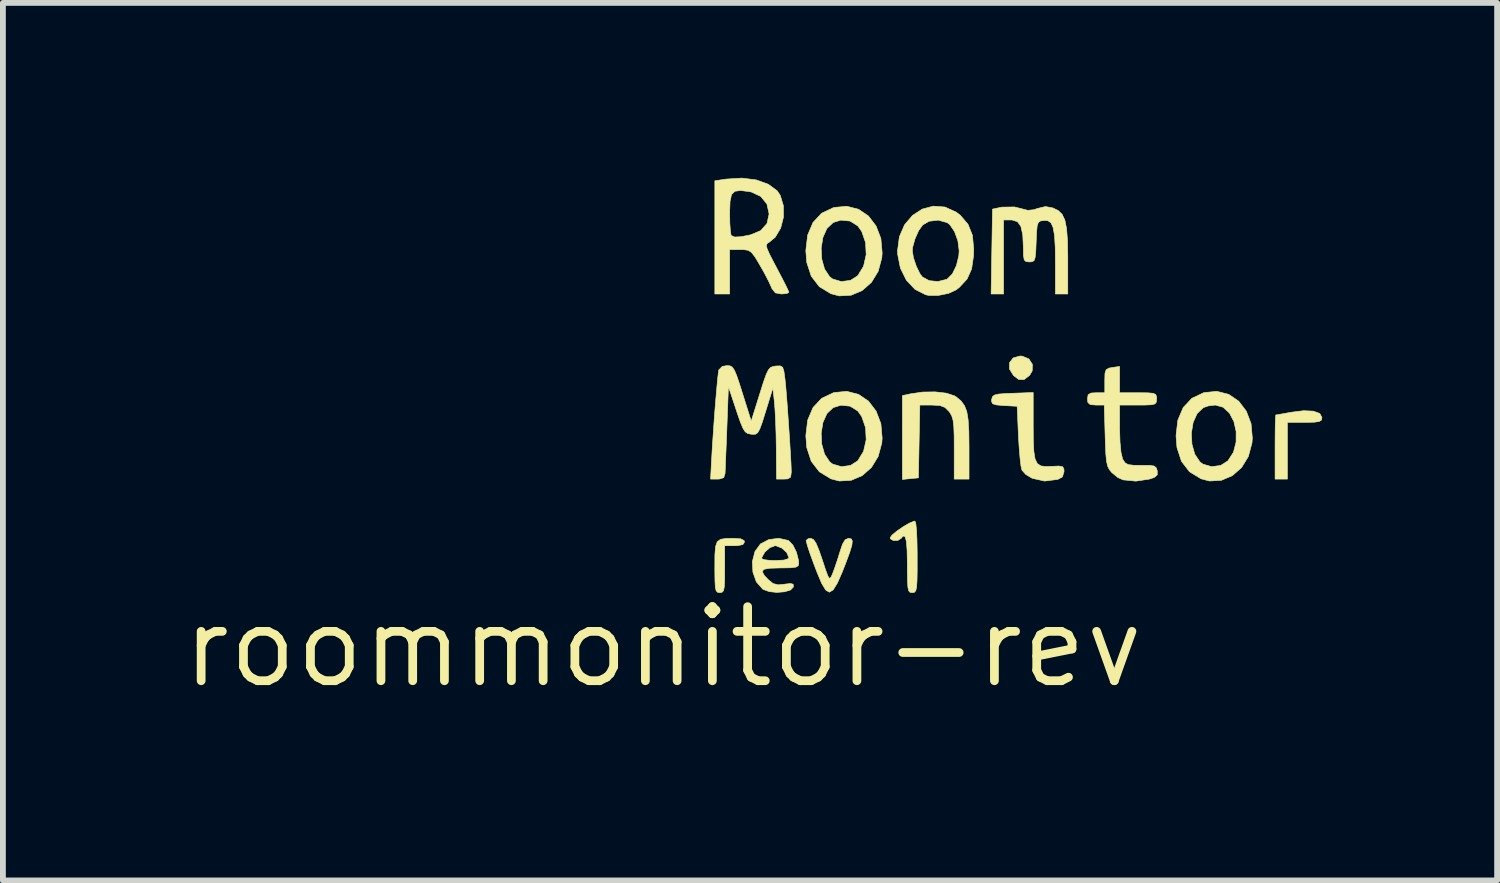
<source format=kicad_pcb>
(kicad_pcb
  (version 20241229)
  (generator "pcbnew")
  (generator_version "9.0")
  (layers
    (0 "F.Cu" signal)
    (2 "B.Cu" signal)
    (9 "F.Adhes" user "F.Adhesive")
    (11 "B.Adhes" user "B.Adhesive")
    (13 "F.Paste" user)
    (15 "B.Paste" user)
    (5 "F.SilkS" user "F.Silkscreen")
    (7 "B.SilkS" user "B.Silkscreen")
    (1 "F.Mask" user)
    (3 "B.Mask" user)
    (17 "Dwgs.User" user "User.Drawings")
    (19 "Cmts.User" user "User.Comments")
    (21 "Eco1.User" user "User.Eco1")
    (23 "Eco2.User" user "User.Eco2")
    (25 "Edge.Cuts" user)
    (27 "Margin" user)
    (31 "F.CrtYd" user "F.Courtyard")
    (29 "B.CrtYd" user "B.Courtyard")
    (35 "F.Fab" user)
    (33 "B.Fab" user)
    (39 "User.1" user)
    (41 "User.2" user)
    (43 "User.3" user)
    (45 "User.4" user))
  (footprint "roommonitor-rev"
    (layer "F.Cu")
    (at 8.323 8.047)
    (property "Reference" "roommonitor-rev" (at 0 0 0) (layer "F.SilkS") (effects (font (size 1.27 1.27) (thickness 0.15))))
    (attr through_hole)
    (fp_poly (pts (xy 6.161 -4.988) (xy 6.275 -4.941) (xy 6.336 -4.848) (xy 6.333 -4.735) (xy 6.288 -4.658) (xy 6.191 -4.584) (xy 6.098 -4.59) (xy 6.011 -4.657) (xy 5.942 -4.769) (xy 5.944 -4.877) (xy 6.007 -4.957) (xy 6.122 -4.99) (xy 6.161 -4.988)) (stroke (width 0.01) (type solid)) (fill yes) (layer "F.SilkS"))
    (fp_poly (pts (xy 11.157 -4.044) (xy 11.265 -4.005) (xy 11.303 -3.935) (xy 11.295 -3.892) (xy 11.257 -3.867) (xy 11.173 -3.855) (xy 11.023 -3.852) (xy 11.007 -3.852) (xy 10.71 -3.852) (xy 10.71 -2.879) (xy 10.499 -2.879) (xy 10.499 -3.429) (xy 10.5 -3.634) (xy 10.502 -3.804) (xy 10.506 -3.924) (xy 10.511 -3.978) (xy 10.512 -3.979) (xy 10.557 -3.986) (xy 10.662 -4.005) (xy 10.773 -4.025) (xy 10.99 -4.052) (xy 11.157 -4.044)) (stroke (width 0.01) (type solid)) (fill yes) (layer "F.SilkS"))
    (fp_poly (pts (xy 1.334 -1.854) (xy 1.39 -1.825) (xy 1.397 -1.799) (xy 1.369 -1.755) (xy 1.276 -1.737) (xy 1.228 -1.736) (xy 1.058 -1.736) (xy 1.058 -1.333) (xy 1.057 -1.147) (xy 1.051 -1.029) (xy 1.037 -0.964) (xy 1.011 -0.937) (xy 0.974 -0.931) (xy 0.936 -0.937) (xy 0.911 -0.964) (xy 0.897 -1.027) (xy 0.891 -1.142) (xy 0.889 -1.323) (xy 0.889 -1.371) (xy 0.89 -1.581) (xy 0.901 -1.721) (xy 0.93 -1.804) (xy 0.987 -1.846) (xy 1.081 -1.861) (xy 1.21 -1.863) (xy 1.334 -1.854)) (stroke (width 0.01) (type solid)) (fill yes) (layer "F.SilkS"))
    (fp_poly (pts (xy 4.859 -4.353) (xy 5 -4.307) (xy 5.028 -4.29) (xy 5.112 -4.219) (xy 5.171 -4.139) (xy 5.211 -4.036) (xy 5.234 -3.894) (xy 5.246 -3.698) (xy 5.249 -3.44) (xy 5.249 -2.879) (xy 4.995 -2.879) (xy 4.995 -3.402) (xy 4.994 -3.627) (xy 4.988 -3.783) (xy 4.975 -3.89) (xy 4.953 -3.963) (xy 4.92 -4.021) (xy 4.908 -4.037) (xy 4.837 -4.108) (xy 4.75 -4.141) (xy 4.612 -4.149) (xy 4.405 -4.149) (xy 4.393 -3.524) (xy 4.381 -2.9) (xy 4.244 -2.887) (xy 4.106 -2.873) (xy 4.106 -4.311) (xy 4.243 -4.341) (xy 4.455 -4.372) (xy 4.669 -4.375) (xy 4.859 -4.353)) (stroke (width 0.01) (type solid)) (fill yes) (layer "F.SilkS"))
    (fp_poly (pts (xy 4.336 -2.119) (xy 4.348 -2.006) (xy 4.356 -1.835) (xy 4.36 -1.616) (xy 4.36 -1.545) (xy 4.36 -1.306) (xy 4.357 -1.138) (xy 4.35 -1.03) (xy 4.337 -0.968) (xy 4.316 -0.939) (xy 4.286 -0.932) (xy 4.276 -0.931) (xy 4.239 -0.936) (xy 4.215 -0.962) (xy 4.201 -1.021) (xy 4.194 -1.129) (xy 4.191 -1.299) (xy 4.191 -1.418) (xy 4.187 -1.656) (xy 4.174 -1.813) (xy 4.151 -1.894) (xy 4.118 -1.902) (xy 4.085 -1.863) (xy 4.029 -1.827) (xy 3.954 -1.824) (xy 3.902 -1.853) (xy 3.896 -1.873) (xy 3.93 -1.92) (xy 4.014 -1.989) (xy 4.121 -2.063) (xy 4.228 -2.125) (xy 4.308 -2.157) (xy 4.321 -2.159) (xy 4.336 -2.119)) (stroke (width 0.01) (type solid)) (fill yes) (layer "F.SilkS"))
    (fp_poly (pts (xy 6.35 -3.809) (xy 6.352 -3.544) (xy 6.361 -3.353) (xy 6.382 -3.224) (xy 6.421 -3.145) (xy 6.481 -3.105) (xy 6.569 -3.094) (xy 6.66 -3.097) (xy 6.788 -3.103) (xy 6.853 -3.092) (xy 6.876 -3.056) (xy 6.879 -3.008) (xy 6.851 -2.916) (xy 6.773 -2.874) (xy 6.546 -2.845) (xy 6.336 -2.892) (xy 6.325 -2.897) (xy 6.222 -2.959) (xy 6.158 -3.031) (xy 6.157 -3.033) (xy 6.14 -3.105) (xy 6.124 -3.241) (xy 6.109 -3.423) (xy 6.097 -3.619) (xy 6.075 -4.128) (xy 5.85 -4.14) (xy 5.72 -4.151) (xy 5.655 -4.171) (xy 5.636 -4.209) (xy 5.638 -4.246) (xy 5.651 -4.292) (xy 5.686 -4.321) (xy 5.761 -4.338) (xy 5.892 -4.347) (xy 6.001 -4.351) (xy 6.35 -4.364) (xy 6.35 -3.809)) (stroke (width 0.01) (type solid)) (fill yes) (layer "F.SilkS"))
    (fp_poly (pts (xy 3.228 -1.853) (xy 3.247 -1.818) (xy 3.24 -1.747) (xy 3.204 -1.627) (xy 3.138 -1.448) (xy 3.077 -1.291) (xy 2.991 -1.095) (xy 2.918 -0.978) (xy 2.853 -0.939) (xy 2.791 -0.975) (xy 2.725 -1.084) (xy 2.705 -1.129) (xy 2.642 -1.28) (xy 2.578 -1.447) (xy 2.52 -1.607) (xy 2.477 -1.738) (xy 2.456 -1.818) (xy 2.455 -1.827) (xy 2.491 -1.857) (xy 2.534 -1.863) (xy 2.579 -1.844) (xy 2.624 -1.781) (xy 2.675 -1.659) (xy 2.732 -1.494) (xy 2.789 -1.321) (xy 2.827 -1.219) (xy 2.853 -1.177) (xy 2.875 -1.186) (xy 2.899 -1.234) (xy 2.906 -1.25) (xy 2.948 -1.362) (xy 2.999 -1.515) (xy 3.031 -1.619) (xy 3.079 -1.762) (xy 3.124 -1.838) (xy 3.177 -1.862) (xy 3.185 -1.863) (xy 3.228 -1.853)) (stroke (width 0.01) (type solid)) (fill yes) (layer "F.SilkS"))
    (fp_poly (pts (xy 3.354 -7.507) (xy 3.525 -7.391) (xy 3.655 -7.22) (xy 3.737 -7.006) (xy 3.759 -6.757) (xy 3.753 -6.675) (xy 3.691 -6.443) (xy 3.575 -6.253) (xy 3.416 -6.113) (xy 3.227 -6.033) (xy 3.023 -6.021) (xy 2.879 -6.059) (xy 2.681 -6.18) (xy 2.543 -6.359) (xy 2.466 -6.595) (xy 2.45 -6.795) (xy 2.455 -6.842) (xy 2.713 -6.842) (xy 2.723 -6.653) (xy 2.771 -6.482) (xy 2.859 -6.35) (xy 2.91 -6.311) (xy 3.06 -6.267) (xy 3.216 -6.288) (xy 3.34 -6.367) (xy 3.44 -6.53) (xy 3.485 -6.729) (xy 3.474 -6.938) (xy 3.409 -7.126) (xy 3.341 -7.222) (xy 3.209 -7.305) (xy 3.051 -7.321) (xy 2.919 -7.28) (xy 2.812 -7.179) (xy 2.743 -7.025) (xy 2.713 -6.842) (xy 2.455 -6.842) (xy 2.481 -7.064) (xy 2.573 -7.281) (xy 2.722 -7.44) (xy 2.925 -7.536) (xy 2.93 -7.538) (xy 3.152 -7.559) (xy 3.354 -7.507)) (stroke (width 0.01) (type solid)) (fill yes) (layer "F.SilkS"))
    (fp_poly (pts (xy 3.354 -4.332) (xy 3.525 -4.216) (xy 3.655 -4.045) (xy 3.737 -3.831) (xy 3.759 -3.582) (xy 3.753 -3.5) (xy 3.691 -3.268) (xy 3.575 -3.078) (xy 3.416 -2.938) (xy 3.227 -2.858) (xy 3.023 -2.846) (xy 2.879 -2.884) (xy 2.681 -3.005) (xy 2.543 -3.184) (xy 2.466 -3.42) (xy 2.45 -3.62) (xy 2.455 -3.667) (xy 2.713 -3.667) (xy 2.723 -3.478) (xy 2.771 -3.307) (xy 2.859 -3.175) (xy 2.91 -3.136) (xy 3.06 -3.092) (xy 3.216 -3.113) (xy 3.34 -3.192) (xy 3.44 -3.355) (xy 3.485 -3.554) (xy 3.474 -3.763) (xy 3.409 -3.951) (xy 3.341 -4.047) (xy 3.209 -4.13) (xy 3.051 -4.146) (xy 2.919 -4.105) (xy 2.812 -4.004) (xy 2.743 -3.85) (xy 2.713 -3.667) (xy 2.455 -3.667) (xy 2.481 -3.889) (xy 2.573 -4.106) (xy 2.722 -4.265) (xy 2.925 -4.361) (xy 2.93 -4.363) (xy 3.152 -4.384) (xy 3.354 -4.332)) (stroke (width 0.01) (type solid)) (fill yes) (layer "F.SilkS"))
    (fp_poly (pts (xy 9.704 -4.332) (xy 9.875 -4.216) (xy 10.005 -4.045) (xy 10.087 -3.831) (xy 10.109 -3.582) (xy 10.103 -3.5) (xy 10.041 -3.268) (xy 9.925 -3.078) (xy 9.766 -2.938) (xy 9.577 -2.858) (xy 9.373 -2.846) (xy 9.229 -2.884) (xy 9.031 -3.005) (xy 8.893 -3.184) (xy 8.816 -3.42) (xy 8.8 -3.62) (xy 8.805 -3.667) (xy 9.063 -3.667) (xy 9.073 -3.478) (xy 9.121 -3.307) (xy 9.209 -3.175) (xy 9.26 -3.136) (xy 9.41 -3.092) (xy 9.566 -3.113) (xy 9.69 -3.192) (xy 9.785 -3.339) (xy 9.83 -3.513) (xy 9.831 -3.695) (xy 9.792 -3.868) (xy 9.715 -4.013) (xy 9.607 -4.112) (xy 9.473 -4.149) (xy 9.352 -4.134) (xy 9.269 -4.105) (xy 9.162 -4.004) (xy 9.093 -3.85) (xy 9.063 -3.667) (xy 8.805 -3.667) (xy 8.831 -3.889) (xy 8.923 -4.106) (xy 9.072 -4.265) (xy 9.275 -4.361) (xy 9.28 -4.363) (xy 9.502 -4.384) (xy 9.704 -4.332)) (stroke (width 0.01) (type solid)) (fill yes) (layer "F.SilkS"))
    (fp_poly (pts (xy 6.687 -7.53) (xy 6.779 -7.486) (xy 6.846 -7.421) (xy 6.893 -7.322) (xy 6.922 -7.178) (xy 6.938 -6.975) (xy 6.943 -6.702) (xy 6.943 -6.648) (xy 6.943 -6.054) (xy 6.731 -6.054) (xy 6.731 -6.58) (xy 6.728 -6.855) (xy 6.716 -7.056) (xy 6.692 -7.193) (xy 6.655 -7.275) (xy 6.601 -7.312) (xy 6.53 -7.316) (xy 6.473 -7.306) (xy 6.438 -7.281) (xy 6.418 -7.223) (xy 6.408 -7.115) (xy 6.401 -6.953) (xy 6.394 -6.782) (xy 6.383 -6.679) (xy 6.364 -6.626) (xy 6.329 -6.607) (xy 6.285 -6.604) (xy 6.227 -6.61) (xy 6.196 -6.64) (xy 6.183 -6.715) (xy 6.181 -6.855) (xy 6.181 -6.855) (xy 6.171 -7.07) (xy 6.139 -7.213) (xy 6.081 -7.294) (xy 5.99 -7.323) (xy 5.97 -7.324) (xy 5.842 -7.324) (xy 5.842 -6.054) (xy 5.628 -6.054) (xy 5.652 -7.51) (xy 5.811 -7.544) (xy 6.029 -7.547) (xy 6.13 -7.522) (xy 6.258 -7.489) (xy 6.363 -7.5) (xy 6.422 -7.521) (xy 6.561 -7.554) (xy 6.687 -7.53)) (stroke (width 0.01) (type solid)) (fill yes) (layer "F.SilkS"))
    (fp_poly (pts (xy 4.835 -7.546) (xy 5.028 -7.459) (xy 5.102 -7.402) (xy 5.232 -7.249) (xy 5.307 -7.062) (xy 5.33 -6.824) (xy 5.326 -6.706) (xy 5.293 -6.482) (xy 5.216 -6.311) (xy 5.083 -6.168) (xy 5.031 -6.127) (xy 4.898 -6.065) (xy 4.726 -6.03) (xy 4.559 -6.03) (xy 4.508 -6.04) (xy 4.323 -6.133) (xy 4.174 -6.291) (xy 4.072 -6.498) (xy 4.024 -6.74) (xy 4.023 -6.795) (xy 4.276 -6.795) (xy 4.296 -6.674) (xy 4.345 -6.529) (xy 4.407 -6.402) (xy 4.448 -6.347) (xy 4.565 -6.283) (xy 4.716 -6.268) (xy 4.863 -6.305) (xy 4.875 -6.311) (xy 4.963 -6.398) (xy 5.033 -6.541) (xy 5.074 -6.71) (xy 5.08 -6.795) (xy 5.058 -6.967) (xy 5 -7.126) (xy 4.919 -7.244) (xy 4.875 -7.278) (xy 4.721 -7.321) (xy 4.565 -7.302) (xy 4.455 -7.239) (xy 4.385 -7.141) (xy 4.322 -7) (xy 4.282 -6.856) (xy 4.276 -6.795) (xy 4.023 -6.795) (xy 4.023 -6.796) (xy 4.055 -7.038) (xy 4.144 -7.242) (xy 4.28 -7.402) (xy 4.448 -7.511) (xy 4.637 -7.561) (xy 4.835 -7.546)) (stroke (width 0.01) (type solid)) (fill yes) (layer "F.SilkS"))
    (fp_poly (pts (xy 2.143 -1.828) (xy 2.157 -1.821) (xy 2.228 -1.747) (xy 2.289 -1.624) (xy 2.324 -1.486) (xy 2.328 -1.433) (xy 2.319 -1.393) (xy 2.28 -1.369) (xy 2.193 -1.358) (xy 2.042 -1.355) (xy 2.011 -1.355) (xy 1.832 -1.35) (xy 1.732 -1.332) (xy 1.702 -1.293) (xy 1.736 -1.228) (xy 1.802 -1.157) (xy 1.888 -1.087) (xy 1.977 -1.065) (xy 2.081 -1.076) (xy 2.188 -1.088) (xy 2.233 -1.075) (xy 2.236 -1.03) (xy 2.236 -1.028) (xy 2.188 -0.977) (xy 2.084 -0.946) (xy 1.953 -0.935) (xy 1.821 -0.949) (xy 1.717 -0.987) (xy 1.71 -0.992) (xy 1.601 -1.116) (xy 1.542 -1.283) (xy 1.533 -1.465) (xy 1.546 -1.515) (xy 1.693 -1.515) (xy 1.732 -1.497) (xy 1.83 -1.485) (xy 1.926 -1.482) (xy 2.075 -1.49) (xy 2.151 -1.515) (xy 2.159 -1.531) (xy 2.123 -1.618) (xy 2.038 -1.696) (xy 1.937 -1.735) (xy 1.922 -1.736) (xy 1.833 -1.703) (xy 1.746 -1.626) (xy 1.696 -1.537) (xy 1.693 -1.515) (xy 1.546 -1.515) (xy 1.577 -1.637) (xy 1.672 -1.767) (xy 1.814 -1.841) (xy 1.985 -1.863) (xy 2.143 -1.828)) (stroke (width 0.01) (type solid)) (fill yes) (layer "F.SilkS"))
    (fp_poly (pts (xy 7.832 -4.36) (xy 8.149 -4.36) (xy 8.311 -4.359) (xy 8.405 -4.351) (xy 8.451 -4.331) (xy 8.466 -4.292) (xy 8.467 -4.255) (xy 8.463 -4.201) (xy 8.439 -4.169) (xy 8.378 -4.154) (xy 8.261 -4.149) (xy 8.149 -4.149) (xy 7.832 -4.149) (xy 7.832 -3.736) (xy 7.839 -3.513) (xy 7.856 -3.337) (xy 7.883 -3.226) (xy 7.887 -3.217) (xy 7.926 -3.158) (xy 7.98 -3.127) (xy 8.074 -3.116) (xy 8.2 -3.115) (xy 8.344 -3.115) (xy 8.424 -3.103) (xy 8.462 -3.072) (xy 8.478 -3.02) (xy 8.478 -2.951) (xy 8.429 -2.908) (xy 8.344 -2.879) (xy 8.109 -2.844) (xy 7.89 -2.866) (xy 7.799 -2.908) (xy 7.703 -2.987) (xy 7.699 -2.99) (xy 7.657 -3.041) (xy 7.628 -3.1) (xy 7.608 -3.184) (xy 7.596 -3.308) (xy 7.588 -3.491) (xy 7.584 -3.623) (xy 7.569 -4.149) (xy 7.425 -4.149) (xy 7.327 -4.157) (xy 7.287 -4.195) (xy 7.281 -4.255) (xy 7.292 -4.326) (xy 7.342 -4.355) (xy 7.429 -4.36) (xy 7.578 -4.36) (xy 7.578 -4.567) (xy 7.581 -4.692) (xy 7.601 -4.755) (xy 7.651 -4.783) (xy 7.705 -4.793) (xy 7.832 -4.811) (xy 7.832 -4.36)) (stroke (width 0.01) (type solid)) (fill yes) (layer "F.SilkS"))
    (fp_poly (pts (xy 1.6 -8.011) (xy 1.805 -7.937) (xy 1.956 -7.826) (xy 2.01 -7.748) (xy 2.065 -7.568) (xy 2.066 -7.372) (xy 2.018 -7.184) (xy 1.926 -7.029) (xy 1.824 -6.944) (xy 1.787 -6.921) (xy 1.773 -6.888) (xy 1.785 -6.832) (xy 1.827 -6.737) (xy 1.903 -6.59) (xy 1.948 -6.504) (xy 2.035 -6.339) (xy 2.105 -6.203) (xy 2.148 -6.111) (xy 2.159 -6.082) (xy 2.122 -6.062) (xy 2.033 -6.054) (xy 2.031 -6.054) (xy 1.928 -6.073) (xy 1.869 -6.146) (xy 1.859 -6.17) (xy 1.815 -6.266) (xy 1.744 -6.404) (xy 1.661 -6.551) (xy 1.579 -6.688) (xy 1.518 -6.767) (xy 1.46 -6.804) (xy 1.383 -6.815) (xy 1.325 -6.816) (xy 1.143 -6.816) (xy 1.143 -6.054) (xy 0.889 -6.054) (xy 0.889 -7.434) (xy 1.143 -7.434) (xy 1.146 -7.269) (xy 1.155 -7.138) (xy 1.167 -7.064) (xy 1.171 -7.056) (xy 1.23 -7.031) (xy 1.341 -7.037) (xy 1.503 -7.069) (xy 1.677 -7.142) (xy 1.784 -7.264) (xy 1.82 -7.428) (xy 1.782 -7.598) (xy 1.676 -7.728) (xy 1.514 -7.804) (xy 1.483 -7.81) (xy 1.331 -7.829) (xy 1.232 -7.816) (xy 1.175 -7.759) (xy 1.15 -7.643) (xy 1.143 -7.457) (xy 1.143 -7.434) (xy 0.889 -7.434) (xy 0.889 -7.996) (xy 1.084 -8.025) (xy 1.354 -8.042) (xy 1.6 -8.011)) (stroke (width 0.01) (type solid)) (fill yes) (layer "F.SilkS"))
    (fp_poly (pts (xy 1.148 -4.822) (xy 1.188 -4.8) (xy 1.224 -4.748) (xy 1.265 -4.651) (xy 1.317 -4.496) (xy 1.363 -4.35) (xy 1.513 -3.873) (xy 1.659 -4.339) (xy 1.722 -4.539) (xy 1.769 -4.672) (xy 1.808 -4.753) (xy 1.846 -4.795) (xy 1.893 -4.812) (xy 1.934 -4.818) (xy 2.01 -4.821) (xy 2.052 -4.798) (xy 2.074 -4.728) (xy 2.091 -4.606) (xy 2.104 -4.485) (xy 2.119 -4.301) (xy 2.136 -4.075) (xy 2.153 -3.827) (xy 2.17 -3.578) (xy 2.184 -3.347) (xy 2.195 -3.154) (xy 2.2 -3.02) (xy 2.2 -2.995) (xy 2.189 -2.912) (xy 2.137 -2.882) (xy 2.074 -2.879) (xy 1.947 -2.879) (xy 1.943 -3.418) (xy 1.939 -3.651) (xy 1.931 -3.877) (xy 1.921 -4.071) (xy 1.911 -4.199) (xy 1.884 -4.439) (xy 1.76 -4.038) (xy 1.703 -3.855) (xy 1.66 -3.739) (xy 1.625 -3.675) (xy 1.586 -3.649) (xy 1.535 -3.647) (xy 1.513 -3.649) (xy 1.455 -3.66) (xy 1.41 -3.69) (xy 1.37 -3.753) (xy 1.324 -3.865) (xy 1.263 -4.041) (xy 1.256 -4.064) (xy 1.122 -4.466) (xy 1.096 -3.768) (xy 1.087 -3.526) (xy 1.078 -3.309) (xy 1.071 -3.132) (xy 1.066 -3.013) (xy 1.064 -2.974) (xy 1.041 -2.903) (xy 0.967 -2.88) (xy 0.937 -2.879) (xy 0.816 -2.879) (xy 0.832 -3.186) (xy 0.846 -3.432) (xy 0.864 -3.694) (xy 0.882 -3.957) (xy 0.902 -4.206) (xy 0.921 -4.425) (xy 0.937 -4.6) (xy 0.951 -4.716) (xy 0.957 -4.752) (xy 1.016 -4.812) (xy 1.097 -4.826) (xy 1.148 -4.822)) (stroke (width 0.01) (type solid)) (fill yes) (layer "F.SilkS")))
  (gr_rect
    (start -3 -3)
    (end 22.631 12.053)
    (stroke (width 0.1) (type default))
    (fill no)
    (layer "Edge.Cuts")))
</source>
